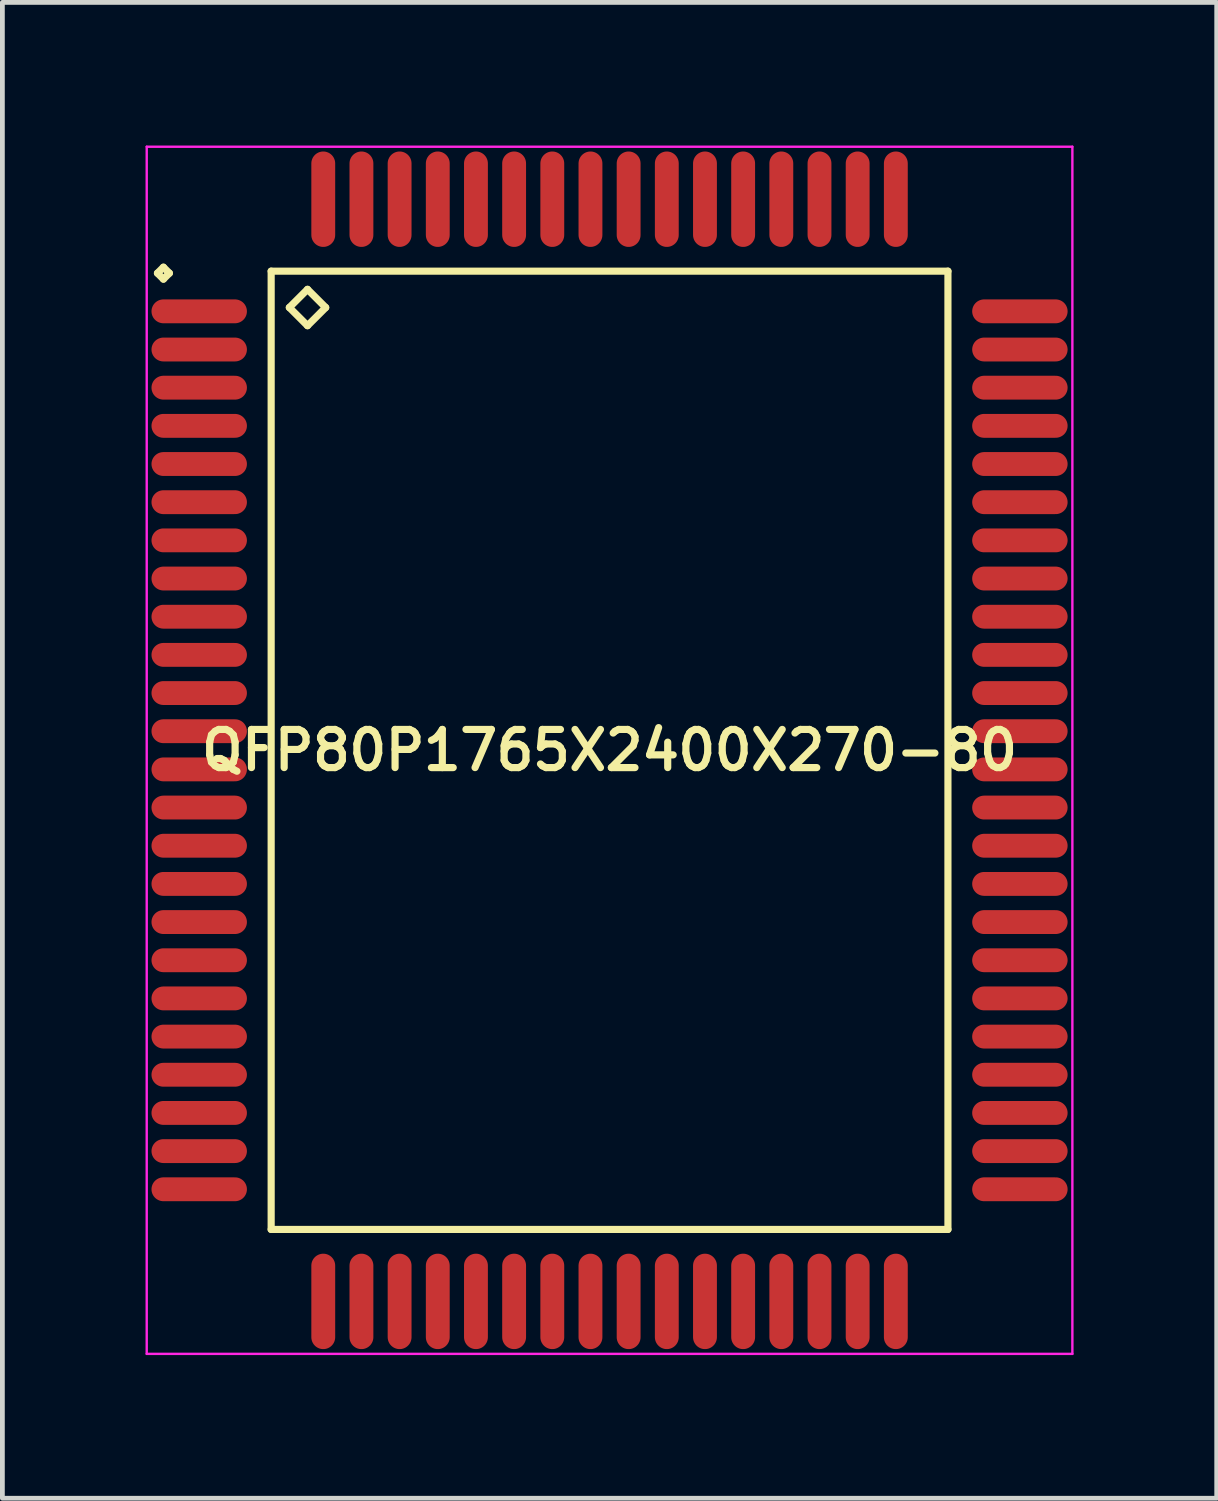
<source format=kicad_pcb>
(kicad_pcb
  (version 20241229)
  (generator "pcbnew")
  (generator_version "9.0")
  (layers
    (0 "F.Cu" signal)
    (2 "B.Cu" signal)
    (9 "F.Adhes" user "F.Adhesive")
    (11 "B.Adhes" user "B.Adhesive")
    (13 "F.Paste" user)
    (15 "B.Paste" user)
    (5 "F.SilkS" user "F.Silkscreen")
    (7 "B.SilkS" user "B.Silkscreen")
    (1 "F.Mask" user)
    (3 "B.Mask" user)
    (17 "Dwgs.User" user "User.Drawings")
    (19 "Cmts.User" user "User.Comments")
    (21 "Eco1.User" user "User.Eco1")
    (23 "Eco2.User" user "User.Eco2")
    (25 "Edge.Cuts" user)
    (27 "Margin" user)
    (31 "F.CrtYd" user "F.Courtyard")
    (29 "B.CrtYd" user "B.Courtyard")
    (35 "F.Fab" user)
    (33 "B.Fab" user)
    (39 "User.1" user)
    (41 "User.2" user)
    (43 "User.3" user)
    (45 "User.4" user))
  (footprint "QFP80P1765X2400X270-80"
    (layer "F.Cu")
    (at 9.725 12.675)
    (property "Reference" "QFP80P1765X2400X270-80" (at 0 0 0) (layer "F.SilkS") (effects (font (size 0.8 0.8) (thickness 0.15))))
    (attr smd)
    (fp_line (start -9.475 -10) (end -9.35 -10.125) (stroke (width 0.15) (type solid)) (layer "F.SilkS"))
    (fp_line (start -9.35 -10.125) (end -9.225 -10) (stroke (width 0.15) (type solid)) (layer "F.SilkS"))
    (fp_line (start -9.35 -9.875) (end -9.475 -10) (stroke (width 0.15) (type solid)) (layer "F.SilkS"))
    (fp_line (start -9.225 -10) (end -9.35 -9.875) (stroke (width 0.15) (type solid)) (layer "F.SilkS"))
    (fp_line (start -7.092 -10.042) (end -7.092 10.042) (stroke (width 0.15) (type solid)) (layer "F.SilkS"))
    (fp_line (start -7.092 10.042) (end 7.092 10.042) (stroke (width 0.15) (type solid)) (layer "F.SilkS"))
    (fp_line (start -6.711 -9.28) (end -6.33 -9.661) (stroke (width 0.15) (type solid)) (layer "F.SilkS"))
    (fp_line (start -6.33 -9.661) (end -5.949 -9.28) (stroke (width 0.15) (type solid)) (layer "F.SilkS"))
    (fp_line (start -6.33 -8.899) (end -6.711 -9.28) (stroke (width 0.15) (type solid)) (layer "F.SilkS"))
    (fp_line (start -5.949 -9.28) (end -6.33 -8.899) (stroke (width 0.15) (type solid)) (layer "F.SilkS"))
    (fp_line (start 7.092 -10.042) (end -7.092 -10.042) (stroke (width 0.15) (type solid)) (layer "F.SilkS"))
    (fp_line (start 7.092 10.042) (end 7.092 -10.042) (stroke (width 0.15) (type solid)) (layer "F.SilkS"))
    (fp_line (start -9.7 -12.65) (end 9.7 -12.65) (stroke (width 0.05) (type solid)) (layer "F.CrtYd"))
    (fp_line (start -9.7 12.65) (end -9.7 -12.65) (stroke (width 0.05) (type solid)) (layer "F.CrtYd"))
    (fp_line (start 9.7 -12.65) (end 9.7 12.65) (stroke (width 0.05) (type solid)) (layer "F.CrtYd"))
    (fp_line (start 9.7 12.65) (end -9.7 12.65) (stroke (width 0.05) (type solid)) (layer "F.CrtYd"))
    (pad "1" smd oval (at -8.6 -9.2) (size 2 0.5) (layers "F.Cu" "F.Mask" "F.Paste"))
    (pad "2" smd oval (at -8.6 -8.4) (size 2 0.5) (layers "F.Cu" "F.Mask" "F.Paste"))
    (pad "3" smd oval (at -8.6 -7.6) (size 2 0.5) (layers "F.Cu" "F.Mask" "F.Paste"))
    (pad "4" smd oval (at -8.6 -6.8) (size 2 0.5) (layers "F.Cu" "F.Mask" "F.Paste"))
    (pad "5" smd oval (at -8.6 -6) (size 2 0.5) (layers "F.Cu" "F.Mask" "F.Paste"))
    (pad "6" smd oval (at -8.6 -5.2) (size 2 0.5) (layers "F.Cu" "F.Mask" "F.Paste"))
    (pad "7" smd oval (at -8.6 -4.4) (size 2 0.5) (layers "F.Cu" "F.Mask" "F.Paste"))
    (pad "8" smd oval (at -8.6 -3.6) (size 2 0.5) (layers "F.Cu" "F.Mask" "F.Paste"))
    (pad "9" smd oval (at -8.6 -2.8) (size 2 0.5) (layers "F.Cu" "F.Mask" "F.Paste"))
    (pad "10" smd oval (at -8.6 -2) (size 2 0.5) (layers "F.Cu" "F.Mask" "F.Paste"))
    (pad "11" smd oval (at -8.6 -1.2) (size 2 0.5) (layers "F.Cu" "F.Mask" "F.Paste"))
    (pad "12" smd oval (at -8.6 -0.4) (size 2 0.5) (layers "F.Cu" "F.Mask" "F.Paste"))
    (pad "13" smd oval (at -8.6 0.4) (size 2 0.5) (layers "F.Cu" "F.Mask" "F.Paste"))
    (pad "14" smd oval (at -8.6 1.2) (size 2 0.5) (layers "F.Cu" "F.Mask" "F.Paste"))
    (pad "15" smd oval (at -8.6 2) (size 2 0.5) (layers "F.Cu" "F.Mask" "F.Paste"))
    (pad "16" smd oval (at -8.6 2.8) (size 2 0.5) (layers "F.Cu" "F.Mask" "F.Paste"))
    (pad "17" smd oval (at -8.6 3.6) (size 2 0.5) (layers "F.Cu" "F.Mask" "F.Paste"))
    (pad "18" smd oval (at -8.6 4.4) (size 2 0.5) (layers "F.Cu" "F.Mask" "F.Paste"))
    (pad "19" smd oval (at -8.6 5.2) (size 2 0.5) (layers "F.Cu" "F.Mask" "F.Paste"))
    (pad "20" smd oval (at -8.6 6) (size 2 0.5) (layers "F.Cu" "F.Mask" "F.Paste"))
    (pad "21" smd oval (at -8.6 6.8) (size 2 0.5) (layers "F.Cu" "F.Mask" "F.Paste"))
    (pad "22" smd oval (at -8.6 7.6) (size 2 0.5) (layers "F.Cu" "F.Mask" "F.Paste"))
    (pad "23" smd oval (at -8.6 8.4) (size 2 0.5) (layers "F.Cu" "F.Mask" "F.Paste"))
    (pad "24" smd oval (at -8.6 9.2) (size 2 0.5) (layers "F.Cu" "F.Mask" "F.Paste"))
    (pad "25" smd oval (at -6 11.55) (size 0.5 2) (layers "F.Cu" "F.Mask" "F.Paste"))
    (pad "26" smd oval (at -5.2 11.55) (size 0.5 2) (layers "F.Cu" "F.Mask" "F.Paste"))
    (pad "27" smd oval (at -4.4 11.55) (size 0.5 2) (layers "F.Cu" "F.Mask" "F.Paste"))
    (pad "28" smd oval (at -3.6 11.55) (size 0.5 2) (layers "F.Cu" "F.Mask" "F.Paste"))
    (pad "29" smd oval (at -2.8 11.55) (size 0.5 2) (layers "F.Cu" "F.Mask" "F.Paste"))
    (pad "30" smd oval (at -2 11.55) (size 0.5 2) (layers "F.Cu" "F.Mask" "F.Paste"))
    (pad "31" smd oval (at -1.2 11.55) (size 0.5 2) (layers "F.Cu" "F.Mask" "F.Paste"))
    (pad "32" smd oval (at -0.4 11.55) (size 0.5 2) (layers "F.Cu" "F.Mask" "F.Paste"))
    (pad "33" smd oval (at 0.4 11.55) (size 0.5 2) (layers "F.Cu" "F.Mask" "F.Paste"))
    (pad "34" smd oval (at 1.2 11.55) (size 0.5 2) (layers "F.Cu" "F.Mask" "F.Paste"))
    (pad "35" smd oval (at 2 11.55) (size 0.5 2) (layers "F.Cu" "F.Mask" "F.Paste"))
    (pad "36" smd oval (at 2.8 11.55) (size 0.5 2) (layers "F.Cu" "F.Mask" "F.Paste"))
    (pad "37" smd oval (at 3.6 11.55) (size 0.5 2) (layers "F.Cu" "F.Mask" "F.Paste"))
    (pad "38" smd oval (at 4.4 11.55) (size 0.5 2) (layers "F.Cu" "F.Mask" "F.Paste"))
    (pad "39" smd oval (at 5.2 11.55) (size 0.5 2) (layers "F.Cu" "F.Mask" "F.Paste"))
    (pad "40" smd oval (at 6 11.55) (size 0.5 2) (layers "F.Cu" "F.Mask" "F.Paste"))
    (pad "41" smd oval (at 8.6 9.2) (size 2 0.5) (layers "F.Cu" "F.Mask" "F.Paste"))
    (pad "42" smd oval (at 8.6 8.4) (size 2 0.5) (layers "F.Cu" "F.Mask" "F.Paste"))
    (pad "43" smd oval (at 8.6 7.6) (size 2 0.5) (layers "F.Cu" "F.Mask" "F.Paste"))
    (pad "44" smd oval (at 8.6 6.8) (size 2 0.5) (layers "F.Cu" "F.Mask" "F.Paste"))
    (pad "45" smd oval (at 8.6 6) (size 2 0.5) (layers "F.Cu" "F.Mask" "F.Paste"))
    (pad "46" smd oval (at 8.6 5.2) (size 2 0.5) (layers "F.Cu" "F.Mask" "F.Paste"))
    (pad "47" smd oval (at 8.6 4.4) (size 2 0.5) (layers "F.Cu" "F.Mask" "F.Paste"))
    (pad "48" smd oval (at 8.6 3.6) (size 2 0.5) (layers "F.Cu" "F.Mask" "F.Paste"))
    (pad "49" smd oval (at 8.6 2.8) (size 2 0.5) (layers "F.Cu" "F.Mask" "F.Paste"))
    (pad "50" smd oval (at 8.6 2) (size 2 0.5) (layers "F.Cu" "F.Mask" "F.Paste"))
    (pad "51" smd oval (at 8.6 1.2) (size 2 0.5) (layers "F.Cu" "F.Mask" "F.Paste"))
    (pad "52" smd oval (at 8.6 0.4) (size 2 0.5) (layers "F.Cu" "F.Mask" "F.Paste"))
    (pad "53" smd oval (at 8.6 -0.4) (size 2 0.5) (layers "F.Cu" "F.Mask" "F.Paste"))
    (pad "54" smd oval (at 8.6 -1.2) (size 2 0.5) (layers "F.Cu" "F.Mask" "F.Paste"))
    (pad "55" smd oval (at 8.6 -2) (size 2 0.5) (layers "F.Cu" "F.Mask" "F.Paste"))
    (pad "56" smd oval (at 8.6 -2.8) (size 2 0.5) (layers "F.Cu" "F.Mask" "F.Paste"))
    (pad "57" smd oval (at 8.6 -3.6) (size 2 0.5) (layers "F.Cu" "F.Mask" "F.Paste"))
    (pad "58" smd oval (at 8.6 -4.4) (size 2 0.5) (layers "F.Cu" "F.Mask" "F.Paste"))
    (pad "59" smd oval (at 8.6 -5.2) (size 2 0.5) (layers "F.Cu" "F.Mask" "F.Paste"))
    (pad "60" smd oval (at 8.6 -6) (size 2 0.5) (layers "F.Cu" "F.Mask" "F.Paste"))
    (pad "61" smd oval (at 8.6 -6.8) (size 2 0.5) (layers "F.Cu" "F.Mask" "F.Paste"))
    (pad "62" smd oval (at 8.6 -7.6) (size 2 0.5) (layers "F.Cu" "F.Mask" "F.Paste"))
    (pad "63" smd oval (at 8.6 -8.4) (size 2 0.5) (layers "F.Cu" "F.Mask" "F.Paste"))
    (pad "64" smd oval (at 8.6 -9.2) (size 2 0.5) (layers "F.Cu" "F.Mask" "F.Paste"))
    (pad "65" smd oval (at 6 -11.55) (size 0.5 2) (layers "F.Cu" "F.Mask" "F.Paste"))
    (pad "66" smd oval (at 5.2 -11.55) (size 0.5 2) (layers "F.Cu" "F.Mask" "F.Paste"))
    (pad "67" smd oval (at 4.4 -11.55) (size 0.5 2) (layers "F.Cu" "F.Mask" "F.Paste"))
    (pad "68" smd oval (at 3.6 -11.55) (size 0.5 2) (layers "F.Cu" "F.Mask" "F.Paste"))
    (pad "69" smd oval (at 2.8 -11.55) (size 0.5 2) (layers "F.Cu" "F.Mask" "F.Paste"))
    (pad "70" smd oval (at 2 -11.55) (size 0.5 2) (layers "F.Cu" "F.Mask" "F.Paste"))
    (pad "71" smd oval (at 1.2 -11.55) (size 0.5 2) (layers "F.Cu" "F.Mask" "F.Paste"))
    (pad "72" smd oval (at 0.4 -11.55) (size 0.5 2) (layers "F.Cu" "F.Mask" "F.Paste"))
    (pad "73" smd oval (at -0.4 -11.55) (size 0.5 2) (layers "F.Cu" "F.Mask" "F.Paste"))
    (pad "74" smd oval (at -1.2 -11.55) (size 0.5 2) (layers "F.Cu" "F.Mask" "F.Paste"))
    (pad "75" smd oval (at -2 -11.55) (size 0.5 2) (layers "F.Cu" "F.Mask" "F.Paste"))
    (pad "76" smd oval (at -2.8 -11.55) (size 0.5 2) (layers "F.Cu" "F.Mask" "F.Paste"))
    (pad "77" smd oval (at -3.6 -11.55) (size 0.5 2) (layers "F.Cu" "F.Mask" "F.Paste"))
    (pad "78" smd oval (at -4.4 -11.55) (size 0.5 2) (layers "F.Cu" "F.Mask" "F.Paste"))
    (pad "79" smd oval (at -5.2 -11.55) (size 0.5 2) (layers "F.Cu" "F.Mask" "F.Paste"))
    (pad "80" smd oval (at -6 -11.55) (size 0.5 2) (layers "F.Cu" "F.Mask" "F.Paste")))
  (gr_rect
    (start -3 -3)
    (end 22.45 28.35)
    (stroke (width 0.1) (type default))
    (fill no)
    (layer "Edge.Cuts")))
</source>
